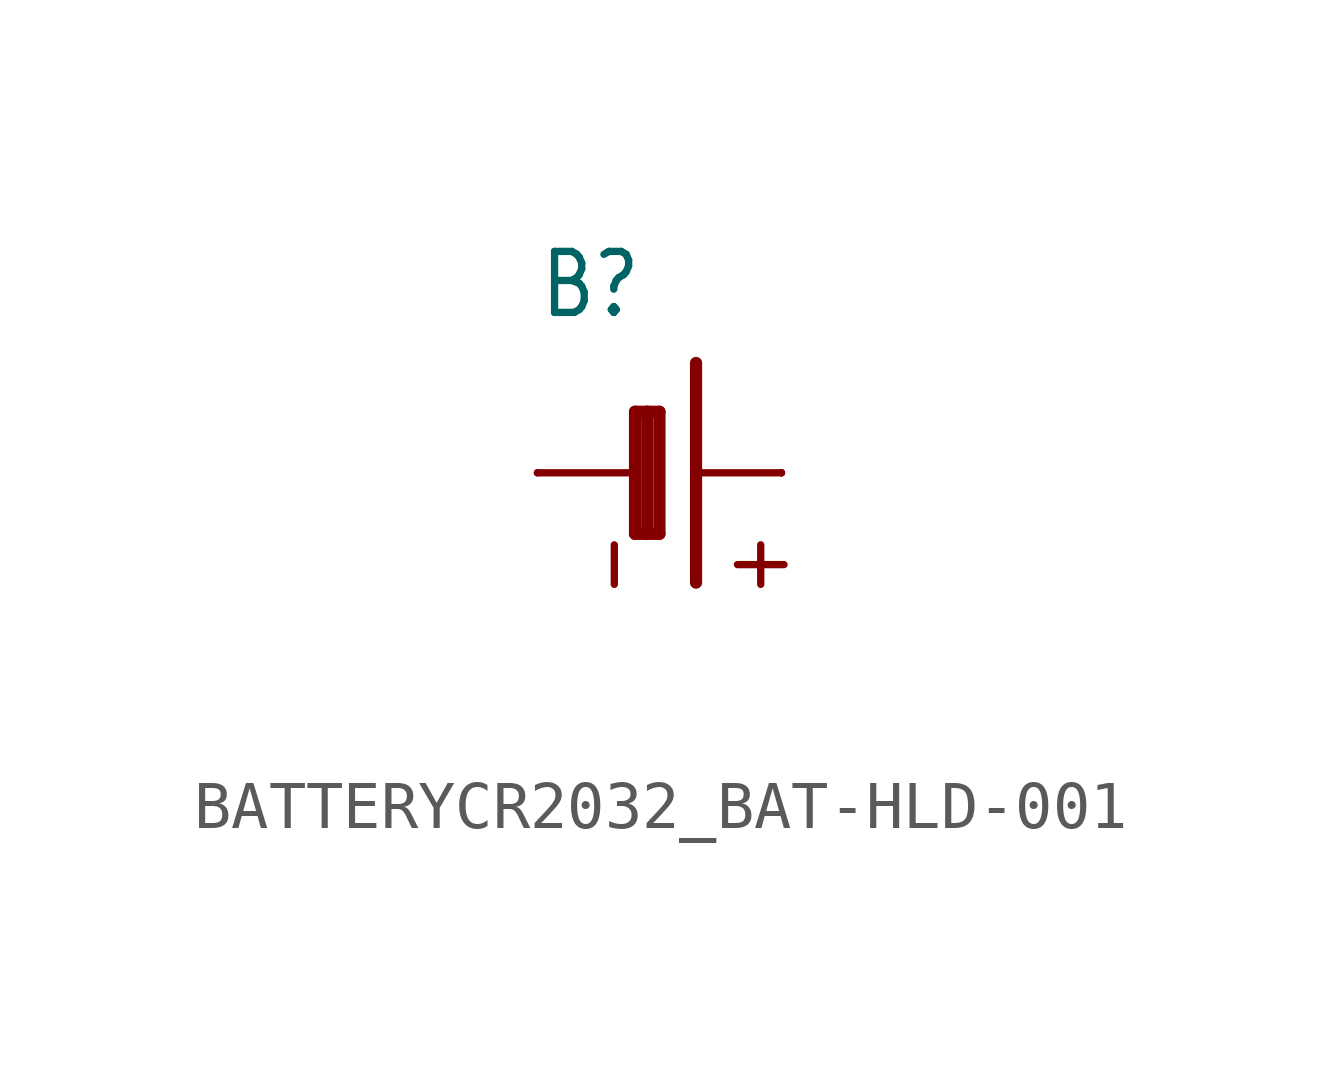
<source format=kicad_sym>
(kicad_symbol_lib
  (version 20241209)
  (generator "kicad_symbol_editor")
  (generator_version "9.0")
  (symbol "BATTERYCR2032_BAT-HLD-001"
    (property "Reference" "B"
      (at -2.54 3.175 0)
      (effects (font (size 1.27 1.079)) (justify left bottom)))
    (property "Value" ""
      (at -2.54 -5.08 0)
      (effects (font (size 1.27 1.079)) (justify left bottom)))
    (property "ki_locked" ""
      (at 0 0 0)
      (effects (font (size 1.27 1.27))))
    (symbol "BATTERYCR2032_BAT-HLD-001_1_0"
      (polyline (pts (xy -2.54 0) (xy -0.635 0)) (stroke (width 0.152) (type solid)) (fill (type none)))
      (polyline (pts (xy -0.508 1.27) (xy -0.254 1.27)) (stroke (width 0.254) (type solid)) (fill (type none)))
      (polyline (pts (xy -0.508 -1.27) (xy -0.508 1.27)) (stroke (width 0.254) (type solid)) (fill (type none)))
      (polyline (pts (xy -0.254 1.27) (xy -0.254 -1.27)) (stroke (width 0.254) (type solid)) (fill (type none)))
      (polyline (pts (xy -0.254 1.27) (xy 0 1.27)) (stroke (width 0.254) (type solid)) (fill (type none)))
      (polyline (pts (xy -0.254 -1.27) (xy -0.508 -1.27)) (stroke (width 0.254) (type solid)) (fill (type none)))
      (polyline (pts (xy 0 1.27) (xy 0 -1.27)) (stroke (width 0.254) (type solid)) (fill (type none)))
      (polyline (pts (xy 0 -1.27) (xy -0.254 -1.27)) (stroke (width 0.254) (type solid)) (fill (type none)))
      (polyline (pts (xy 0.762 2.286) (xy 0.762 -2.286)) (stroke (width 0.254) (type solid)) (fill (type none)))
      (polyline (pts (xy 0.889 0) (xy 2.54 0)) (stroke (width 0.152) (type solid)) (fill (type none)))
      (text "-" (at -1.778 -1.143 900) (effects (font (size 1.27 1.079)) (justify right top)))
      (text "+" (at 1.27 -1.143 900) (effects (font (size 1.27 1.079)) (justify right top)))
      (pin passive line (at -2.54 0 0) (length 0) (name "-" (effects (font (size 0 0)))) (number "-" (effects (font (size 0 0)))))
      (pin passive line (at 2.54 0 180) (length 0) (name "+" (effects (font (size 0 0)))) (number "+$1" (effects (font (size 0 0)))))
      (pin passive line (at 2.54 0 180) (length 0) (name "+" (effects (font (size 0 0)))) (number "+$2" (effects (font (size 0 0))))))))
</source>
